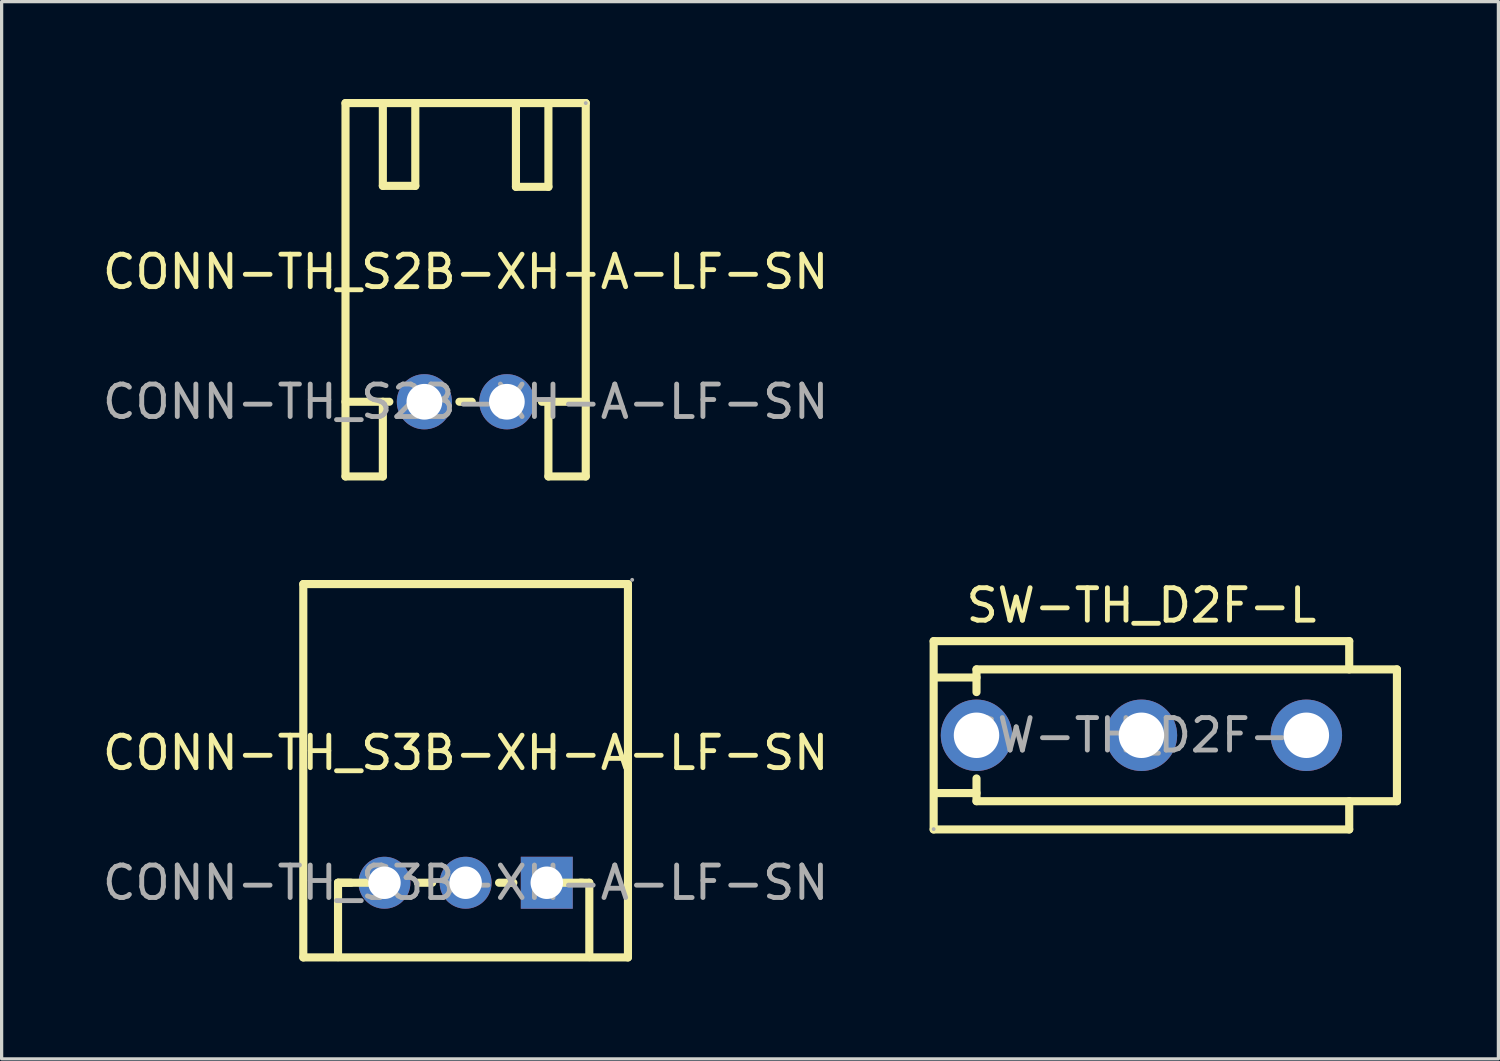
<source format=kicad_pcb>
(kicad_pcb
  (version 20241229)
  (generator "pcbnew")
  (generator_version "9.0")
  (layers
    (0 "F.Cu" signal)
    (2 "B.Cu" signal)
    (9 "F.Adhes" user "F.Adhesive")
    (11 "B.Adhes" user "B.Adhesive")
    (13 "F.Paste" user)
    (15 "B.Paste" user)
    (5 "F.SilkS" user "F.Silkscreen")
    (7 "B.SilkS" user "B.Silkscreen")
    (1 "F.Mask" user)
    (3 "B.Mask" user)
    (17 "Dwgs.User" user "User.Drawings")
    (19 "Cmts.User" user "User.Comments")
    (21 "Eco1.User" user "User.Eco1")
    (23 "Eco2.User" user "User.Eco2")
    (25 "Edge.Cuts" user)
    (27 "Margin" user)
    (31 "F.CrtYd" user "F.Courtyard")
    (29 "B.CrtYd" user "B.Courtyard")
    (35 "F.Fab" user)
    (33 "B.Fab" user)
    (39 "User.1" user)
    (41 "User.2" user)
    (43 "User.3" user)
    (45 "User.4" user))
  (footprint "CONN-TH_S2B-XH-A-LF-SN"
    (layer "F.Cu")
    (at 11.292 9.325)
    (property "Reference" "CONN-TH_S2B-XH-A-LF-SN" (at 0 -4 0) (layer "F.SilkS") (effects (font (size 1 1) (thickness 0.15))))
    (attr smd)
    (fp_line (start -3.7 -9.2) (end 3.7 -9.2) (stroke (width 0.25) (type solid)) (layer "F.SilkS"))
    (fp_line (start -3.7 0) (end -2.35 0) (stroke (width 0.25) (type solid)) (layer "F.SilkS"))
    (fp_line (start -3.7 2.3) (end -3.7 -9.2) (stroke (width 0.25) (type solid)) (layer "F.SilkS"))
    (fp_line (start -3.7 2.3) (end -2.55 2.3) (stroke (width 0.25) (type solid)) (layer "F.SilkS"))
    (fp_line (start -2.55 -9.2) (end -2.55 -6.65) (stroke (width 0.25) (type solid)) (layer "F.SilkS"))
    (fp_line (start -2.55 -6.65) (end -1.55 -6.65) (stroke (width 0.25) (type solid)) (layer "F.SilkS"))
    (fp_line (start -2.55 2.3) (end -2.55 0) (stroke (width 0.25) (type solid)) (layer "F.SilkS"))
    (fp_line (start -1.55 -6.65) (end -1.55 -9.2) (stroke (width 0.25) (type solid)) (layer "F.SilkS"))
    (fp_line (start -0.19 0) (end 0.19 0) (stroke (width 0.25) (type solid)) (layer "F.SilkS"))
    (fp_line (start 1.55 -9.17) (end 1.55 -6.62) (stroke (width 0.25) (type solid)) (layer "F.SilkS"))
    (fp_line (start 1.55 -6.62) (end 2.55 -6.62) (stroke (width 0.25) (type solid)) (layer "F.SilkS"))
    (fp_line (start 2.35 0) (end 3.7 0) (stroke (width 0.25) (type solid)) (layer "F.SilkS"))
    (fp_line (start 2.55 -6.62) (end 2.55 -9.17) (stroke (width 0.25) (type solid)) (layer "F.SilkS"))
    (fp_line (start 2.55 2.3) (end 2.55 0) (stroke (width 0.25) (type solid)) (layer "F.SilkS"))
    (fp_line (start 3.7 -9.2) (end 3.7 2.3) (stroke (width 0.25) (type solid)) (layer "F.SilkS"))
    (fp_line (start 3.7 2.3) (end 2.55 2.3) (stroke (width 0.25) (type solid)) (layer "F.SilkS"))
    (fp_circle (center 3.7 -9.2) (end 3.73 -9.2) (stroke (width 0.06) (type solid)) (fill no) (layer "F.Fab"))
    (fp_text user "${REFERENCE}" (at 0 0 0) (layer "F.Fab") (effects (font (size 1 1) (thickness 0.15))))
    (pad "1" thru_hole circle (at 1.27 0) (size 1.7 1.7) (drill 1.1) (layers "*.Cu" "*.Paste" "*.Mask"))
    (pad "2" thru_hole circle (at -1.27 0) (size 1.7 1.7) (drill 1.1) (layers "*.Cu" "*.Paste" "*.Mask")))
  (footprint "SW-TH_D2F-L"
    (layer "F.Cu")
    (at 32.108 19.598)
    (property "Reference" "SW-TH_D2F-L" (at 0 -4 0) (layer "F.SilkS") (effects (font (size 1 1) (thickness 0.15))))
    (attr smd)
    (fp_line (start -6.4 -2.9) (end 6.4 -2.9) (stroke (width 0.25) (type solid)) (layer "F.SilkS"))
    (fp_line (start -6.4 2.9) (end -6.4 -2.9) (stroke (width 0.25) (type solid)) (layer "F.SilkS"))
    (fp_line (start -5.08 -2.03) (end -5.08 -1.33) (stroke (width 0.25) (type solid)) (layer "F.SilkS"))
    (fp_line (start -5.08 -1.78) (end -6.35 -1.78) (stroke (width 0.25) (type solid)) (layer "F.SilkS"))
    (fp_line (start -5.08 1.33) (end -5.08 2.03) (stroke (width 0.25) (type solid)) (layer "F.SilkS"))
    (fp_line (start -5.08 1.78) (end -6.35 1.78) (stroke (width 0.25) (type solid)) (layer "F.SilkS"))
    (fp_line (start -5.08 2.03) (end 7.87 2.03) (stroke (width 0.25) (type solid)) (layer "F.SilkS"))
    (fp_line (start 6.4 -2.9) (end 6.4 -2.03) (stroke (width 0.25) (type solid)) (layer "F.SilkS"))
    (fp_line (start 6.4 2.9) (end -6.4 2.9) (stroke (width 0.25) (type solid)) (layer "F.SilkS"))
    (fp_line (start 6.4 2.9) (end 6.4 2.03) (stroke (width 0.25) (type solid)) (layer "F.SilkS"))
    (fp_line (start 7.87 -2.03) (end -5.08 -2.03) (stroke (width 0.25) (type solid)) (layer "F.SilkS"))
    (fp_line (start 7.87 2.03) (end 7.87 -2.03) (stroke (width 0.25) (type solid)) (layer "F.SilkS"))
    (fp_circle (center -6.4 2.89) (end -6.37 2.89) (stroke (width 0.06) (type solid)) (fill no) (layer "F.Fab"))
    (fp_text user "${REFERENCE}" (at 0 0 0) (layer "F.Fab") (effects (font (size 1 1) (thickness 0.15))))
    (pad "1" thru_hole circle (at -5.08 0) (size 2.2 2.2) (drill 1.4) (layers "*.Cu" "*.Paste" "*.Mask"))
    (pad "2" thru_hole circle (at 0 0) (size 2.2 2.2) (drill 1.4) (layers "*.Cu" "*.Paste" "*.Mask"))
    (pad "3" thru_hole circle (at 5.08 0) (size 2.2 2.2) (drill 1.4) (layers "*.Cu" "*.Paste" "*.Mask")))
  (footprint "CONN-TH_S3B-XH-A-LF-SN"
    (layer "F.Cu")
    (at 11.292 24.14)
    (property "Reference" "CONN-TH_S3B-XH-A-LF-SN" (at 0 -4 0) (layer "F.SilkS") (effects (font (size 1 1) (thickness 0.15))))
    (attr smd)
    (fp_line (start -5 -9.2) (end -5 2.3) (stroke (width 0.25) (type solid)) (layer "F.SilkS"))
    (fp_line (start -5 -9.2) (end 5 -9.2) (stroke (width 0.25) (type solid)) (layer "F.SilkS"))
    (fp_line (start -5 2.3) (end 5 2.3) (stroke (width 0.25) (type solid)) (layer "F.SilkS"))
    (fp_line (start -3.93 0) (end -2.53 0) (stroke (width 0.25) (type solid)) (layer "F.SilkS"))
    (fp_line (start -3.93 2.29) (end -3.93 0) (stroke (width 0.25) (type solid)) (layer "F.SilkS"))
    (fp_line (start -3.53 0) (end -3.93 0) (stroke (width 0.25) (type solid)) (layer "F.SilkS"))
    (fp_line (start -1.03 0) (end -1.47 0) (stroke (width 0.25) (type solid)) (layer "F.SilkS"))
    (fp_line (start 1.47 0) (end 1.03 0) (stroke (width 0.25) (type solid)) (layer "F.SilkS"))
    (fp_line (start 3.6 0) (end 3.53 0) (stroke (width 0.25) (type solid)) (layer "F.SilkS"))
    (fp_line (start 3.81 0) (end 2.54 0) (stroke (width 0.25) (type solid)) (layer "F.SilkS"))
    (fp_line (start 3.81 2.29) (end 3.81 0) (stroke (width 0.25) (type solid)) (layer "F.SilkS"))
    (fp_line (start 5 -9.2) (end 5 2.3) (stroke (width 0.25) (type solid)) (layer "F.SilkS"))
    (fp_circle (center -2.5 0) (end -2.3 0) (stroke (width 0.4) (type solid)) (fill no) (layer "F.Fab"))
    (fp_circle (center 0 0) (end 0.2 0) (stroke (width 0.4) (type solid)) (fill no) (layer "F.Fab"))
    (fp_circle (center 2.5 0) (end 2.7 0) (stroke (width 0.4) (type solid)) (fill no) (layer "F.Fab"))
    (fp_circle (center 5.13 -9.33) (end 5.16 -9.33) (stroke (width 0.06) (type solid)) (fill no) (layer "F.Fab"))
    (fp_text user "${REFERENCE}" (at 0 0 0) (layer "F.Fab") (effects (font (size 1 1) (thickness 0.15))))
    (pad "1" thru_hole rect (at 2.5 0 90) (size 1.6 1.6) (drill 1) (layers "*.Cu" "*.Paste" "*.Mask"))
    (pad "2" thru_hole circle (at 0 0 90) (size 1.6 1.6) (drill 1) (layers "*.Cu" "*.Paste" "*.Mask"))
    (pad "3" thru_hole circle (at -2.5 0 90) (size 1.6 1.6) (drill 1) (layers "*.Cu" "*.Paste" "*.Mask")))
  (gr_rect
    (start -3 -3)
    (end 43.103 29.565)
    (stroke (width 0.1) (type default))
    (fill no)
    (layer "Edge.Cuts")))
</source>
